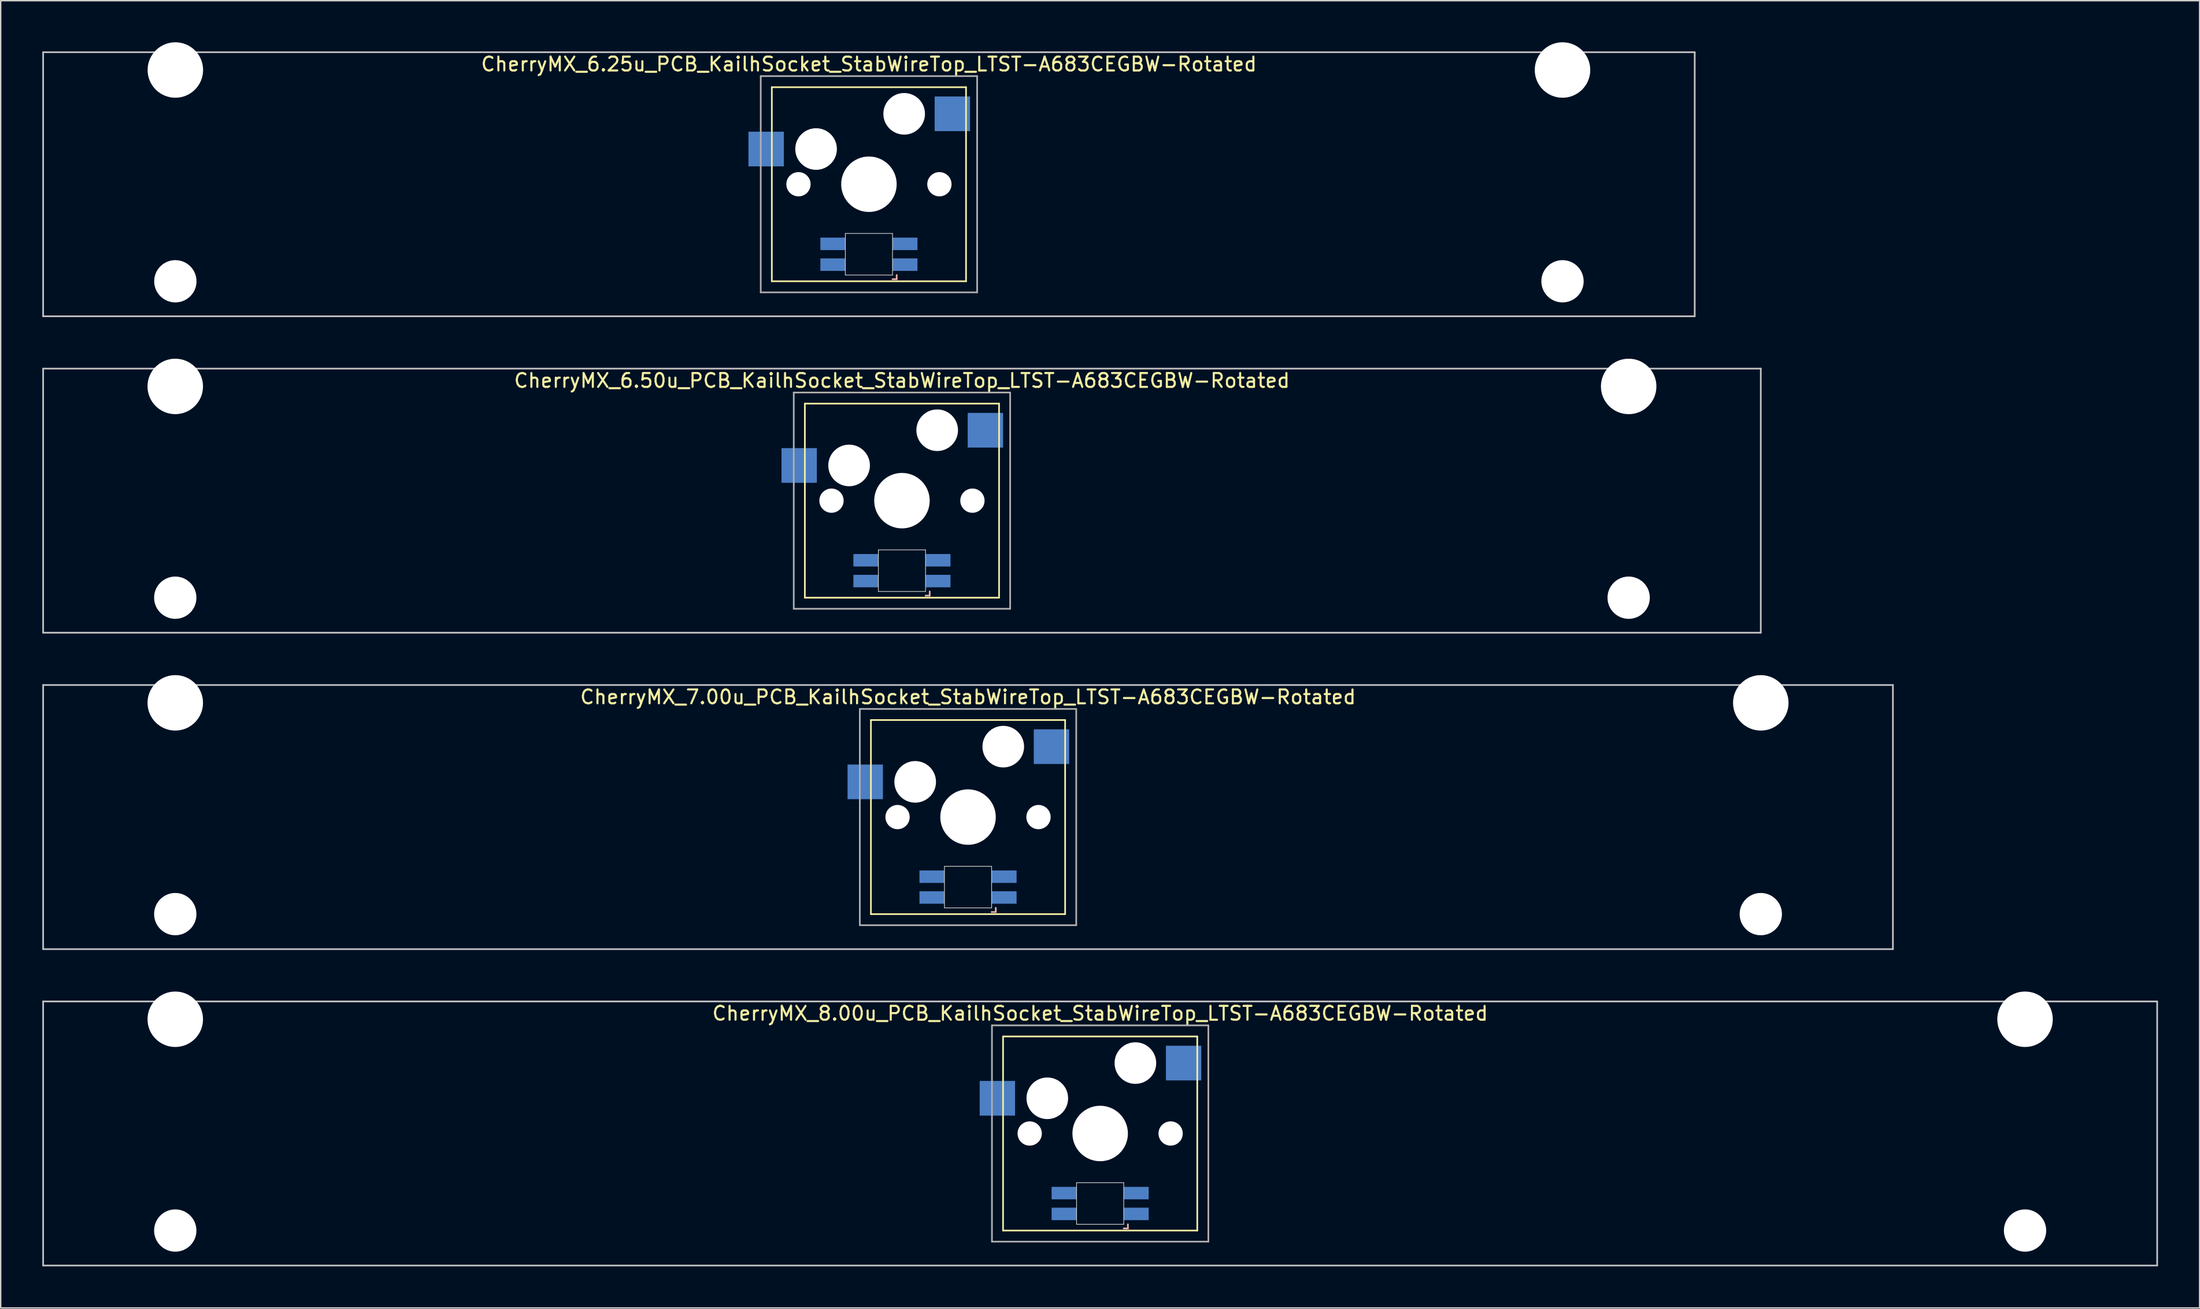
<source format=kicad_pcb>
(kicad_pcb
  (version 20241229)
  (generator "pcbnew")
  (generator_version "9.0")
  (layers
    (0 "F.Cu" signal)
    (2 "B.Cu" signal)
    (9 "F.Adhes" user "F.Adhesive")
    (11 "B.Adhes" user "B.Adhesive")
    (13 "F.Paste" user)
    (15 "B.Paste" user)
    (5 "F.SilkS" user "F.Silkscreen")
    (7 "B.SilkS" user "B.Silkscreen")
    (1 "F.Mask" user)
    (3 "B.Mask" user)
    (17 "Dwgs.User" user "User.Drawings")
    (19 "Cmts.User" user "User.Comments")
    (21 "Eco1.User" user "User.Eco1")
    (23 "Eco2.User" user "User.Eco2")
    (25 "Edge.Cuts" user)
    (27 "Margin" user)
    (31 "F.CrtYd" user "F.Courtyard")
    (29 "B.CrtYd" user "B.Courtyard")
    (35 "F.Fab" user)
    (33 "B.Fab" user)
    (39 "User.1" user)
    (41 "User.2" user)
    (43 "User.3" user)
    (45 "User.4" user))
  (footprint "CherryMX_8.00u_PCB_KailhSocket_StabWireTop_LTST-A683CEGBW-Rotated"
    (layer "F.Cu")
    (at 76.26 78.715)
    (property "Reference" "CherryMX_8.00u_PCB_KailhSocket_StabWireTop_LTST-A683CEGBW-Rotated" (at 0 -8.662 0) (layer "F.SilkS") (effects (font (size 1 1) (thickness 0.15))))
    (attr through_hole)
    (fp_line (start -7 -7) (end -7 7) (stroke (width 0.12) (type solid)) (layer "F.SilkS"))
    (fp_line (start -7 -7) (end 7 -7) (stroke (width 0.12) (type solid)) (layer "F.SilkS"))
    (fp_line (start 7 -7) (end 7 7) (stroke (width 0.12) (type solid)) (layer "F.SilkS"))
    (fp_line (start 7 7) (end -7 7) (stroke (width 0.12) (type solid)) (layer "F.SilkS"))
    (fp_line (start 1.7 6.85) (end 2 6.85) (stroke (width 0.12) (type solid)) (layer "B.SilkS"))
    (fp_line (start 2 6.85) (end 2 6.55) (stroke (width 0.12) (type solid)) (layer "B.SilkS"))
    (fp_line (start -76.2 -9.525) (end 76.2 -9.525) (stroke (width 0.12) (type solid)) (layer "Dwgs.User"))
    (fp_line (start -76.2 9.525) (end -76.2 -9.525) (stroke (width 0.12) (type solid)) (layer "Dwgs.User"))
    (fp_line (start 76.2 -9.525) (end 76.2 9.525) (stroke (width 0.12) (type solid)) (layer "Dwgs.User"))
    (fp_line (start 76.2 9.525) (end -76.2 9.525) (stroke (width 0.12) (type solid)) (layer "Dwgs.User"))
    (fp_line (start -1.7 3.55) (end 1.7 3.55) (stroke (width 0.05) (type solid)) (layer "Edge.Cuts"))
    (fp_line (start -1.7 6.55) (end -1.7 3.55) (stroke (width 0.05) (type solid)) (layer "Edge.Cuts"))
    (fp_line (start 1.7 3.55) (end 1.7 6.55) (stroke (width 0.05) (type solid)) (layer "Edge.Cuts"))
    (fp_line (start 1.7 6.55) (end -1.7 6.55) (stroke (width 0.05) (type solid)) (layer "Edge.Cuts"))
    (fp_line (start -7.8 -7.8) (end -7.8 7.8) (stroke (width 0.12) (type solid)) (layer "F.Fab"))
    (fp_line (start -7.8 -7.8) (end 7.8 -7.8) (stroke (width 0.12) (type solid)) (layer "F.Fab"))
    (fp_line (start -7.8 7.8) (end 7.8 7.8) (stroke (width 0.12) (type solid)) (layer "F.Fab"))
    (fp_line (start 7.8 -7.8) (end 7.8 7.8) (stroke (width 0.12) (type solid)) (layer "F.Fab"))
    (pad "" np_thru_hole circle (at -66.675 -8.24) (size 4 4) (drill 4) (layers "*.Cu" "*.Mask"))
    (pad "" np_thru_hole circle (at -66.675 7) (size 3.05 3.05) (drill 3.05) (layers "*.Cu" "*.Mask"))
    (pad "" np_thru_hole circle (at -5.08 0) (size 1.75 1.75) (drill 1.75) (layers "*.Cu" "*.Mask"))
    (pad "" np_thru_hole circle (at -3.81 -2.54) (size 3 3) (drill 3) (layers "*.Cu" "*.Mask"))
    (pad "" np_thru_hole circle (at 0 0) (size 4 4) (drill 4) (layers "*.Cu" "*.Mask"))
    (pad "" np_thru_hole circle (at 2.54 -5.08) (size 3 3) (drill 3) (layers "*.Cu" "*.Mask"))
    (pad "" np_thru_hole circle (at 5.08 0) (size 1.75 1.75) (drill 1.75) (layers "*.Cu" "*.Mask"))
    (pad "" np_thru_hole circle (at 66.675 -8.24) (size 4 4) (drill 4) (layers "*.Cu" "*.Mask"))
    (pad "" np_thru_hole circle (at 66.675 7) (size 3.05 3.05) (drill 3.05) (layers "*.Cu" "*.Mask"))
    (pad "1" smd rect (at -7.41 -2.54) (size 2.55 2.5) (layers "B.Cu" "B.Mask" "B.Paste"))
    (pad "2" smd rect (at 6.015 -5.08) (size 2.55 2.5) (layers "B.Cu" "B.Mask" "B.Paste"))
    (pad "3" smd rect (at 2.6 5.8) (size 1.8 0.9) (layers "B.Cu" "B.Mask" "B.Paste"))
    (pad "4" smd rect (at 2.6 4.3) (size 1.8 0.9) (layers "B.Cu" "B.Mask" "B.Paste"))
    (pad "5" smd rect (at -2.6 5.8) (size 1.8 0.9) (layers "B.Cu" "B.Mask" "B.Paste"))
    (pad "6" smd rect (at -2.6 4.3) (size 1.8 0.9) (layers "B.Cu" "B.Mask" "B.Paste")))
  (footprint "CherryMX_6.25u_PCB_KailhSocket_StabWireTop_LTST-A683CEGBW-Rotated"
    (layer "F.Cu")
    (at 59.591 10.24)
    (property "Reference" "CherryMX_6.25u_PCB_KailhSocket_StabWireTop_LTST-A683CEGBW-Rotated" (at 0 -8.662 0) (layer "F.SilkS") (effects (font (size 1 1) (thickness 0.15))))
    (attr through_hole)
    (fp_line (start -7 -7) (end -7 7) (stroke (width 0.12) (type solid)) (layer "F.SilkS"))
    (fp_line (start -7 -7) (end 7 -7) (stroke (width 0.12) (type solid)) (layer "F.SilkS"))
    (fp_line (start 7 -7) (end 7 7) (stroke (width 0.12) (type solid)) (layer "F.SilkS"))
    (fp_line (start 7 7) (end -7 7) (stroke (width 0.12) (type solid)) (layer "F.SilkS"))
    (fp_line (start 1.7 6.85) (end 2 6.85) (stroke (width 0.12) (type solid)) (layer "B.SilkS"))
    (fp_line (start 2 6.85) (end 2 6.55) (stroke (width 0.12) (type solid)) (layer "B.SilkS"))
    (fp_line (start -59.531 -9.525) (end 59.531 -9.525) (stroke (width 0.12) (type solid)) (layer "Dwgs.User"))
    (fp_line (start -59.531 9.525) (end -59.531 -9.525) (stroke (width 0.12) (type solid)) (layer "Dwgs.User"))
    (fp_line (start 59.531 -9.525) (end 59.531 9.525) (stroke (width 0.12) (type solid)) (layer "Dwgs.User"))
    (fp_line (start 59.531 9.525) (end -59.531 9.525) (stroke (width 0.12) (type solid)) (layer "Dwgs.User"))
    (fp_line (start -1.7 3.55) (end 1.7 3.55) (stroke (width 0.05) (type solid)) (layer "Edge.Cuts"))
    (fp_line (start -1.7 6.55) (end -1.7 3.55) (stroke (width 0.05) (type solid)) (layer "Edge.Cuts"))
    (fp_line (start 1.7 3.55) (end 1.7 6.55) (stroke (width 0.05) (type solid)) (layer "Edge.Cuts"))
    (fp_line (start 1.7 6.55) (end -1.7 6.55) (stroke (width 0.05) (type solid)) (layer "Edge.Cuts"))
    (fp_line (start -7.8 -7.8) (end -7.8 7.8) (stroke (width 0.12) (type solid)) (layer "F.Fab"))
    (fp_line (start -7.8 -7.8) (end 7.8 -7.8) (stroke (width 0.12) (type solid)) (layer "F.Fab"))
    (fp_line (start -7.8 7.8) (end 7.8 7.8) (stroke (width 0.12) (type solid)) (layer "F.Fab"))
    (fp_line (start 7.8 -7.8) (end 7.8 7.8) (stroke (width 0.12) (type solid)) (layer "F.Fab"))
    (pad "" np_thru_hole circle (at -50 -8.24) (size 4 4) (drill 4) (layers "*.Cu" "*.Mask"))
    (pad "" np_thru_hole circle (at -50 7) (size 3.05 3.05) (drill 3.05) (layers "*.Cu" "*.Mask"))
    (pad "" np_thru_hole circle (at -5.08 0) (size 1.75 1.75) (drill 1.75) (layers "*.Cu" "*.Mask"))
    (pad "" np_thru_hole circle (at -3.81 -2.54) (size 3 3) (drill 3) (layers "*.Cu" "*.Mask"))
    (pad "" np_thru_hole circle (at 0 0) (size 4 4) (drill 4) (layers "*.Cu" "*.Mask"))
    (pad "" np_thru_hole circle (at 2.54 -5.08) (size 3 3) (drill 3) (layers "*.Cu" "*.Mask"))
    (pad "" np_thru_hole circle (at 5.08 0) (size 1.75 1.75) (drill 1.75) (layers "*.Cu" "*.Mask"))
    (pad "" np_thru_hole circle (at 50 -8.24) (size 4 4) (drill 4) (layers "*.Cu" "*.Mask"))
    (pad "" np_thru_hole circle (at 50 7) (size 3.05 3.05) (drill 3.05) (layers "*.Cu" "*.Mask"))
    (pad "1" smd rect (at -7.41 -2.54) (size 2.55 2.5) (layers "B.Cu" "B.Mask" "B.Paste"))
    (pad "2" smd rect (at 6.015 -5.08) (size 2.55 2.5) (layers "B.Cu" "B.Mask" "B.Paste"))
    (pad "3" smd rect (at 2.6 5.8) (size 1.8 0.9) (layers "B.Cu" "B.Mask" "B.Paste"))
    (pad "4" smd rect (at 2.6 4.3) (size 1.8 0.9) (layers "B.Cu" "B.Mask" "B.Paste"))
    (pad "5" smd rect (at -2.6 5.8) (size 1.8 0.9) (layers "B.Cu" "B.Mask" "B.Paste"))
    (pad "6" smd rect (at -2.6 4.3) (size 1.8 0.9) (layers "B.Cu" "B.Mask" "B.Paste")))
  (footprint "CherryMX_7.00u_PCB_KailhSocket_StabWireTop_LTST-A683CEGBW-Rotated"
    (layer "F.Cu")
    (at 66.735 55.89)
    (property "Reference" "CherryMX_7.00u_PCB_KailhSocket_StabWireTop_LTST-A683CEGBW-Rotated" (at 0 -8.662 0) (layer "F.SilkS") (effects (font (size 1 1) (thickness 0.15))))
    (attr through_hole)
    (fp_line (start -7 -7) (end -7 7) (stroke (width 0.12) (type solid)) (layer "F.SilkS"))
    (fp_line (start -7 -7) (end 7 -7) (stroke (width 0.12) (type solid)) (layer "F.SilkS"))
    (fp_line (start 7 -7) (end 7 7) (stroke (width 0.12) (type solid)) (layer "F.SilkS"))
    (fp_line (start 7 7) (end -7 7) (stroke (width 0.12) (type solid)) (layer "F.SilkS"))
    (fp_line (start 1.7 6.85) (end 2 6.85) (stroke (width 0.12) (type solid)) (layer "B.SilkS"))
    (fp_line (start 2 6.85) (end 2 6.55) (stroke (width 0.12) (type solid)) (layer "B.SilkS"))
    (fp_line (start -66.675 -9.525) (end 66.675 -9.525) (stroke (width 0.12) (type solid)) (layer "Dwgs.User"))
    (fp_line (start -66.675 9.525) (end -66.675 -9.525) (stroke (width 0.12) (type solid)) (layer "Dwgs.User"))
    (fp_line (start 66.675 -9.525) (end 66.675 9.525) (stroke (width 0.12) (type solid)) (layer "Dwgs.User"))
    (fp_line (start 66.675 9.525) (end -66.675 9.525) (stroke (width 0.12) (type solid)) (layer "Dwgs.User"))
    (fp_line (start -1.7 3.55) (end 1.7 3.55) (stroke (width 0.05) (type solid)) (layer "Edge.Cuts"))
    (fp_line (start -1.7 6.55) (end -1.7 3.55) (stroke (width 0.05) (type solid)) (layer "Edge.Cuts"))
    (fp_line (start 1.7 3.55) (end 1.7 6.55) (stroke (width 0.05) (type solid)) (layer "Edge.Cuts"))
    (fp_line (start 1.7 6.55) (end -1.7 6.55) (stroke (width 0.05) (type solid)) (layer "Edge.Cuts"))
    (fp_line (start -7.8 -7.8) (end -7.8 7.8) (stroke (width 0.12) (type solid)) (layer "F.Fab"))
    (fp_line (start -7.8 -7.8) (end 7.8 -7.8) (stroke (width 0.12) (type solid)) (layer "F.Fab"))
    (fp_line (start -7.8 7.8) (end 7.8 7.8) (stroke (width 0.12) (type solid)) (layer "F.Fab"))
    (fp_line (start 7.8 -7.8) (end 7.8 7.8) (stroke (width 0.12) (type solid)) (layer "F.Fab"))
    (pad "" np_thru_hole circle (at -57.15 -8.24) (size 4 4) (drill 4) (layers "*.Cu" "*.Mask"))
    (pad "" np_thru_hole circle (at -57.15 7) (size 3.05 3.05) (drill 3.05) (layers "*.Cu" "*.Mask"))
    (pad "" np_thru_hole circle (at -5.08 0) (size 1.75 1.75) (drill 1.75) (layers "*.Cu" "*.Mask"))
    (pad "" np_thru_hole circle (at -3.81 -2.54) (size 3 3) (drill 3) (layers "*.Cu" "*.Mask"))
    (pad "" np_thru_hole circle (at 0 0) (size 4 4) (drill 4) (layers "*.Cu" "*.Mask"))
    (pad "" np_thru_hole circle (at 2.54 -5.08) (size 3 3) (drill 3) (layers "*.Cu" "*.Mask"))
    (pad "" np_thru_hole circle (at 5.08 0) (size 1.75 1.75) (drill 1.75) (layers "*.Cu" "*.Mask"))
    (pad "" np_thru_hole circle (at 57.15 -8.24) (size 4 4) (drill 4) (layers "*.Cu" "*.Mask"))
    (pad "" np_thru_hole circle (at 57.15 7) (size 3.05 3.05) (drill 3.05) (layers "*.Cu" "*.Mask"))
    (pad "1" smd rect (at -7.41 -2.54) (size 2.55 2.5) (layers "B.Cu" "B.Mask" "B.Paste"))
    (pad "2" smd rect (at 6.015 -5.08) (size 2.55 2.5) (layers "B.Cu" "B.Mask" "B.Paste"))
    (pad "3" smd rect (at 2.6 5.8) (size 1.8 0.9) (layers "B.Cu" "B.Mask" "B.Paste"))
    (pad "4" smd rect (at 2.6 4.3) (size 1.8 0.9) (layers "B.Cu" "B.Mask" "B.Paste"))
    (pad "5" smd rect (at -2.6 5.8) (size 1.8 0.9) (layers "B.Cu" "B.Mask" "B.Paste"))
    (pad "6" smd rect (at -2.6 4.3) (size 1.8 0.9) (layers "B.Cu" "B.Mask" "B.Paste")))
  (footprint "CherryMX_6.50u_PCB_KailhSocket_StabWireTop_LTST-A683CEGBW-Rotated"
    (layer "F.Cu")
    (at 61.972 33.065)
    (property "Reference" "CherryMX_6.50u_PCB_KailhSocket_StabWireTop_LTST-A683CEGBW-Rotated" (at 0 -8.662 0) (layer "F.SilkS") (effects (font (size 1 1) (thickness 0.15))))
    (attr through_hole)
    (fp_line (start -7 -7) (end -7 7) (stroke (width 0.12) (type solid)) (layer "F.SilkS"))
    (fp_line (start -7 -7) (end 7 -7) (stroke (width 0.12) (type solid)) (layer "F.SilkS"))
    (fp_line (start 7 -7) (end 7 7) (stroke (width 0.12) (type solid)) (layer "F.SilkS"))
    (fp_line (start 7 7) (end -7 7) (stroke (width 0.12) (type solid)) (layer "F.SilkS"))
    (fp_line (start 1.7 6.85) (end 2 6.85) (stroke (width 0.12) (type solid)) (layer "B.SilkS"))
    (fp_line (start 2 6.85) (end 2 6.55) (stroke (width 0.12) (type solid)) (layer "B.SilkS"))
    (fp_line (start -61.913 -9.525) (end 61.913 -9.525) (stroke (width 0.12) (type solid)) (layer "Dwgs.User"))
    (fp_line (start -61.913 9.525) (end -61.913 -9.525) (stroke (width 0.12) (type solid)) (layer "Dwgs.User"))
    (fp_line (start 61.913 -9.525) (end 61.913 9.525) (stroke (width 0.12) (type solid)) (layer "Dwgs.User"))
    (fp_line (start 61.913 9.525) (end -61.913 9.525) (stroke (width 0.12) (type solid)) (layer "Dwgs.User"))
    (fp_line (start -1.7 3.55) (end 1.7 3.55) (stroke (width 0.05) (type solid)) (layer "Edge.Cuts"))
    (fp_line (start -1.7 6.55) (end -1.7 3.55) (stroke (width 0.05) (type solid)) (layer "Edge.Cuts"))
    (fp_line (start 1.7 3.55) (end 1.7 6.55) (stroke (width 0.05) (type solid)) (layer "Edge.Cuts"))
    (fp_line (start 1.7 6.55) (end -1.7 6.55) (stroke (width 0.05) (type solid)) (layer "Edge.Cuts"))
    (fp_line (start -7.8 -7.8) (end -7.8 7.8) (stroke (width 0.12) (type solid)) (layer "F.Fab"))
    (fp_line (start -7.8 -7.8) (end 7.8 -7.8) (stroke (width 0.12) (type solid)) (layer "F.Fab"))
    (fp_line (start -7.8 7.8) (end 7.8 7.8) (stroke (width 0.12) (type solid)) (layer "F.Fab"))
    (fp_line (start 7.8 -7.8) (end 7.8 7.8) (stroke (width 0.12) (type solid)) (layer "F.Fab"))
    (pad "" np_thru_hole circle (at -52.388 -8.24) (size 4 4) (drill 4) (layers "*.Cu" "*.Mask"))
    (pad "" np_thru_hole circle (at -52.388 7) (size 3.05 3.05) (drill 3.05) (layers "*.Cu" "*.Mask"))
    (pad "" np_thru_hole circle (at -5.08 0) (size 1.75 1.75) (drill 1.75) (layers "*.Cu" "*.Mask"))
    (pad "" np_thru_hole circle (at -3.81 -2.54) (size 3 3) (drill 3) (layers "*.Cu" "*.Mask"))
    (pad "" np_thru_hole circle (at 0 0) (size 4 4) (drill 4) (layers "*.Cu" "*.Mask"))
    (pad "" np_thru_hole circle (at 2.54 -5.08) (size 3 3) (drill 3) (layers "*.Cu" "*.Mask"))
    (pad "" np_thru_hole circle (at 5.08 0) (size 1.75 1.75) (drill 1.75) (layers "*.Cu" "*.Mask"))
    (pad "" np_thru_hole circle (at 52.388 -8.24) (size 4 4) (drill 4) (layers "*.Cu" "*.Mask"))
    (pad "" np_thru_hole circle (at 52.388 7) (size 3.05 3.05) (drill 3.05) (layers "*.Cu" "*.Mask"))
    (pad "1" smd rect (at -7.41 -2.54) (size 2.55 2.5) (layers "B.Cu" "B.Mask" "B.Paste"))
    (pad "2" smd rect (at 6.015 -5.08) (size 2.55 2.5) (layers "B.Cu" "B.Mask" "B.Paste"))
    (pad "3" smd rect (at 2.6 5.8) (size 1.8 0.9) (layers "B.Cu" "B.Mask" "B.Paste"))
    (pad "4" smd rect (at 2.6 4.3) (size 1.8 0.9) (layers "B.Cu" "B.Mask" "B.Paste"))
    (pad "5" smd rect (at -2.6 5.8) (size 1.8 0.9) (layers "B.Cu" "B.Mask" "B.Paste"))
    (pad "6" smd rect (at -2.6 4.3) (size 1.8 0.9) (layers "B.Cu" "B.Mask" "B.Paste")))
  (gr_rect
    (start -3 -3)
    (end 155.52 91.3)
    (stroke (width 0.1) (type default))
    (fill no)
    (layer "Edge.Cuts")))
</source>
